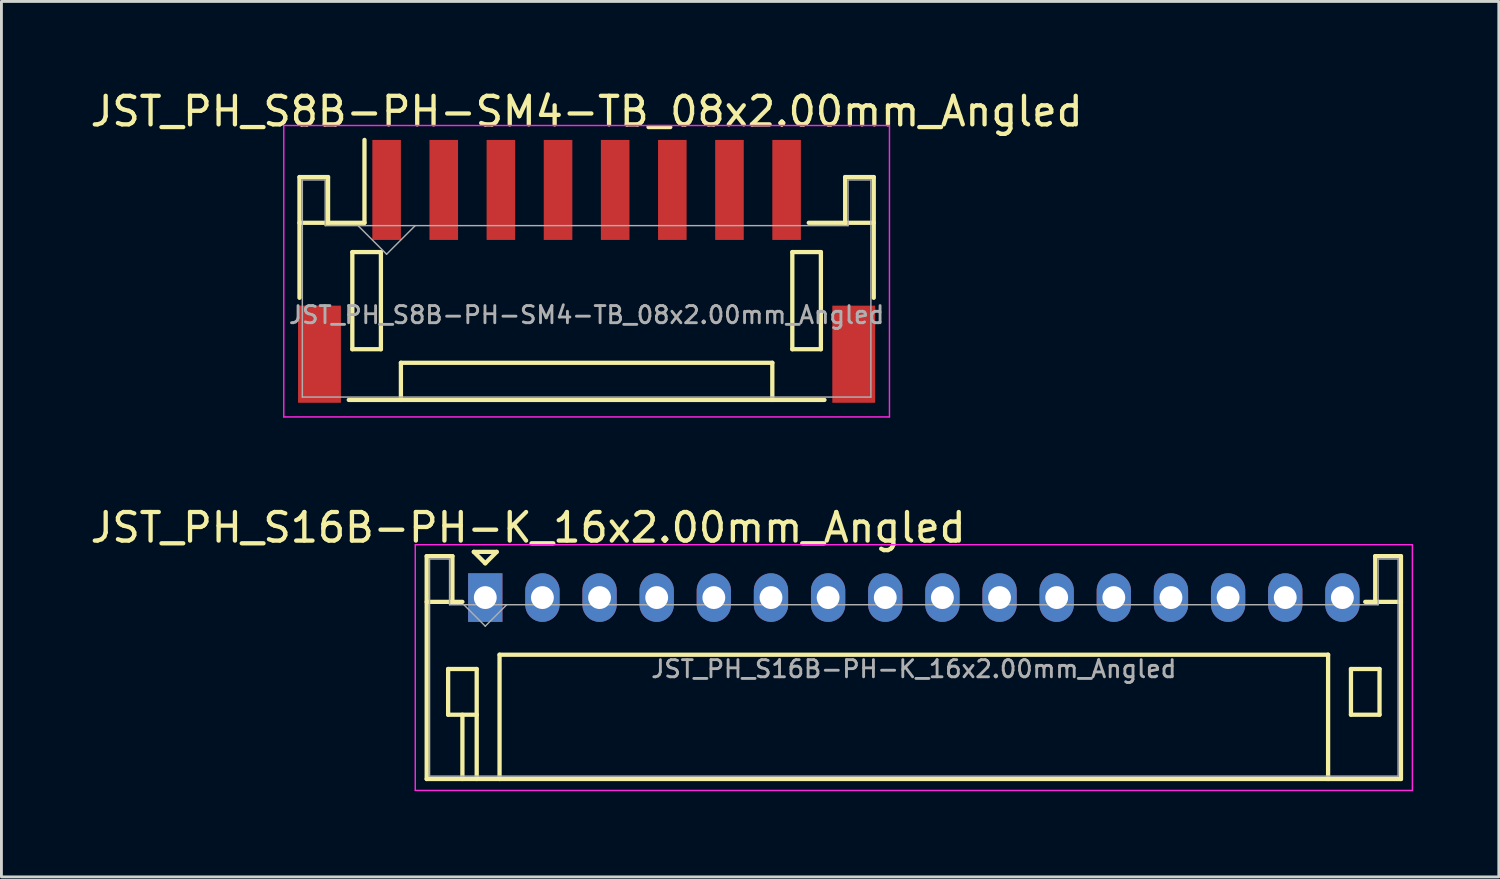
<source format=kicad_pcb>
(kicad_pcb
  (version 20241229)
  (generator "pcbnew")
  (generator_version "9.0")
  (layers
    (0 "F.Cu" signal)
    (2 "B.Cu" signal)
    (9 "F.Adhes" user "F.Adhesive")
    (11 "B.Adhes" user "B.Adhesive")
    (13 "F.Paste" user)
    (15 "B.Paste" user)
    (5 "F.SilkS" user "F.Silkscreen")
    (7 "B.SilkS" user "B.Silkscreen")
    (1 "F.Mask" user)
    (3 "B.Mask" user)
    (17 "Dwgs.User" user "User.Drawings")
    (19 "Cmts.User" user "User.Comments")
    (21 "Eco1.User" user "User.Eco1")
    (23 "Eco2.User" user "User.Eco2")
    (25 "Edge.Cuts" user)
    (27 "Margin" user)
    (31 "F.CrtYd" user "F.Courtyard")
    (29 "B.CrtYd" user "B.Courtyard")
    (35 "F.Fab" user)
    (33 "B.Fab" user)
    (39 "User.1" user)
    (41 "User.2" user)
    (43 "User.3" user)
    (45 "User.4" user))
  (footprint "JST_PH_S16B-PH-K_16x2.00mm_Angled"
    (layer "F.Cu")
    (at 13.935 17.866)
    (property "Reference" "JST_PH_S16B-PH-K_16x2.00mm_Angled" (at 15 2.5 0) (layer "F.Fab") (effects (font (size 0.6 0.6) (thickness 0.1))))
    (attr through_hole)
    (fp_line (start -2.05 -1.45) (end -2.05 6.35) (stroke (width 0.15) (type solid)) (layer "F.SilkS"))
    (fp_line (start -2.05 0.15) (end -1.15 0.15) (stroke (width 0.15) (type solid)) (layer "F.SilkS"))
    (fp_line (start -2.05 6.35) (end 32.05 6.35) (stroke (width 0.15) (type solid)) (layer "F.SilkS"))
    (fp_line (start -1.3 2.5) (end -1.3 4.1) (stroke (width 0.15) (type solid)) (layer "F.SilkS"))
    (fp_line (start -1.3 4.1) (end -0.3 4.1) (stroke (width 0.15) (type solid)) (layer "F.SilkS"))
    (fp_line (start -1.15 -1.45) (end -2.05 -1.45) (stroke (width 0.15) (type solid)) (layer "F.SilkS"))
    (fp_line (start -1.15 0.15) (end -1.15 -1.45) (stroke (width 0.15) (type solid)) (layer "F.SilkS"))
    (fp_line (start -0.8 0.15) (end -1.15 0.15) (stroke (width 0.15) (type solid)) (layer "F.SilkS"))
    (fp_line (start -0.8 4.1) (end -0.8 6.35) (stroke (width 0.15) (type solid)) (layer "F.SilkS"))
    (fp_line (start -0.4 -1.6) (end 0.4 -1.6) (stroke (width 0.15) (type solid)) (layer "F.SilkS"))
    (fp_line (start -0.3 2.5) (end -1.3 2.5) (stroke (width 0.15) (type solid)) (layer "F.SilkS"))
    (fp_line (start -0.3 4.1) (end -0.3 2.5) (stroke (width 0.15) (type solid)) (layer "F.SilkS"))
    (fp_line (start -0.3 4.1) (end -0.3 6.35) (stroke (width 0.15) (type solid)) (layer "F.SilkS"))
    (fp_line (start 0 -1.2) (end -0.4 -1.6) (stroke (width 0.15) (type solid)) (layer "F.SilkS"))
    (fp_line (start 0.4 -1.6) (end 0 -1.2) (stroke (width 0.15) (type solid)) (layer "F.SilkS"))
    (fp_line (start 0.5 2) (end 29.5 2) (stroke (width 0.15) (type solid)) (layer "F.SilkS"))
    (fp_line (start 0.5 6.35) (end 0.5 2) (stroke (width 0.15) (type solid)) (layer "F.SilkS"))
    (fp_line (start 29.5 2) (end 29.5 6.35) (stroke (width 0.15) (type solid)) (layer "F.SilkS"))
    (fp_line (start 30.3 2.5) (end 31.3 2.5) (stroke (width 0.15) (type solid)) (layer "F.SilkS"))
    (fp_line (start 30.3 4.1) (end 30.3 2.5) (stroke (width 0.15) (type solid)) (layer "F.SilkS"))
    (fp_line (start 31.15 -1.45) (end 31.15 0.15) (stroke (width 0.15) (type solid)) (layer "F.SilkS"))
    (fp_line (start 31.15 0.15) (end 30.8 0.15) (stroke (width 0.15) (type solid)) (layer "F.SilkS"))
    (fp_line (start 31.3 2.5) (end 31.3 4.1) (stroke (width 0.15) (type solid)) (layer "F.SilkS"))
    (fp_line (start 31.3 4.1) (end 30.3 4.1) (stroke (width 0.15) (type solid)) (layer "F.SilkS"))
    (fp_line (start 32.05 -1.45) (end 31.15 -1.45) (stroke (width 0.15) (type solid)) (layer "F.SilkS"))
    (fp_line (start 32.05 0.15) (end 31.15 0.15) (stroke (width 0.15) (type solid)) (layer "F.SilkS"))
    (fp_line (start 32.05 6.35) (end 32.05 -1.45) (stroke (width 0.15) (type solid)) (layer "F.SilkS"))
    (fp_line (start -2.45 -1.85) (end -2.45 6.75) (stroke (width 0.05) (type solid)) (layer "F.CrtYd"))
    (fp_line (start -2.45 6.75) (end 32.45 6.75) (stroke (width 0.05) (type solid)) (layer "F.CrtYd"))
    (fp_line (start 32.45 -1.85) (end -2.45 -1.85) (stroke (width 0.05) (type solid)) (layer "F.CrtYd"))
    (fp_line (start 32.45 6.75) (end 32.45 -1.85) (stroke (width 0.05) (type solid)) (layer "F.CrtYd"))
    (fp_line (start -1.95 -1.35) (end -1.95 6.25) (stroke (width 0.05) (type solid)) (layer "F.Fab"))
    (fp_line (start -1.95 6.25) (end 31.95 6.25) (stroke (width 0.05) (type solid)) (layer "F.Fab"))
    (fp_line (start -1.25 -1.35) (end -1.95 -1.35) (stroke (width 0.05) (type solid)) (layer "F.Fab"))
    (fp_line (start -1.25 0.25) (end -1.25 -1.35) (stroke (width 0.05) (type solid)) (layer "F.Fab"))
    (fp_line (start -0.75 0.25) (end 0 1) (stroke (width 0.05) (type solid)) (layer "F.Fab"))
    (fp_line (start 0 1) (end 0.75 0.25) (stroke (width 0.05) (type solid)) (layer "F.Fab"))
    (fp_line (start 31.25 -1.35) (end 31.25 0.25) (stroke (width 0.05) (type solid)) (layer "F.Fab"))
    (fp_line (start 31.25 0.25) (end -1.25 0.25) (stroke (width 0.05) (type solid)) (layer "F.Fab"))
    (fp_line (start 31.95 -1.35) (end 31.25 -1.35) (stroke (width 0.05) (type solid)) (layer "F.Fab"))
    (fp_line (start 31.95 6.25) (end 31.95 -1.35) (stroke (width 0.05) (type solid)) (layer "F.Fab"))
    (fp_text user "${REFERENCE}" (at 1.5 -2.45 0) (layer "F.SilkS") (effects (font (size 1 1) (thickness 0.15))))
    (pad "1" thru_hole rect (at 0 0) (size 1.2 1.7) (drill 0.8) (layers "*.Cu" "*.Mask"))
    (pad "2" thru_hole oval (at 2 0) (size 1.2 1.7) (drill 0.8) (layers "*.Cu" "*.Mask"))
    (pad "3" thru_hole oval (at 4 0) (size 1.2 1.7) (drill 0.8) (layers "*.Cu" "*.Mask"))
    (pad "4" thru_hole oval (at 6 0) (size 1.2 1.7) (drill 0.8) (layers "*.Cu" "*.Mask"))
    (pad "5" thru_hole oval (at 8 0) (size 1.2 1.7) (drill 0.8) (layers "*.Cu" "*.Mask"))
    (pad "6" thru_hole oval (at 10 0) (size 1.2 1.7) (drill 0.8) (layers "*.Cu" "*.Mask"))
    (pad "7" thru_hole oval (at 12 0) (size 1.2 1.7) (drill 0.8) (layers "*.Cu" "*.Mask"))
    (pad "8" thru_hole oval (at 14 0) (size 1.2 1.7) (drill 0.8) (layers "*.Cu" "*.Mask"))
    (pad "9" thru_hole oval (at 16 0) (size 1.2 1.7) (drill 0.8) (layers "*.Cu" "*.Mask"))
    (pad "10" thru_hole oval (at 18 0) (size 1.2 1.7) (drill 0.8) (layers "*.Cu" "*.Mask"))
    (pad "11" thru_hole oval (at 20 0) (size 1.2 1.7) (drill 0.8) (layers "*.Cu" "*.Mask"))
    (pad "12" thru_hole oval (at 22 0) (size 1.2 1.7) (drill 0.8) (layers "*.Cu" "*.Mask"))
    (pad "13" thru_hole oval (at 24 0) (size 1.2 1.7) (drill 0.8) (layers "*.Cu" "*.Mask"))
    (pad "14" thru_hole oval (at 26 0) (size 1.2 1.7) (drill 0.8) (layers "*.Cu" "*.Mask"))
    (pad "15" thru_hole oval (at 28 0) (size 1.2 1.7) (drill 0.8) (layers "*.Cu" "*.Mask"))
    (pad "16" thru_hole oval (at 30 0) (size 1.2 1.7) (drill 0.8) (layers "*.Cu" "*.Mask")))
  (footprint "JST_PH_S8B-PH-SM4-TB_08x2.00mm_Angled"
    (layer "F.Cu")
    (at 17.482 6.473)
    (property "Reference" "JST_PH_S8B-PH-SM4-TB_08x2.00mm_Angled" (at 0 1.5 0) (layer "F.Fab") (effects (font (size 0.6 0.6) (thickness 0.1))))
    (attr smd)
    (fp_line (start -10.05 -3.325) (end -10.05 0.9) (stroke (width 0.15) (type solid)) (layer "F.SilkS"))
    (fp_line (start -10.05 -1.725) (end -9.05 -1.725) (stroke (width 0.15) (type solid)) (layer "F.SilkS"))
    (fp_line (start -9.05 -3.325) (end -10.05 -3.325) (stroke (width 0.15) (type solid)) (layer "F.SilkS"))
    (fp_line (start -9.05 -1.725) (end -9.05 -3.325) (stroke (width 0.15) (type solid)) (layer "F.SilkS"))
    (fp_line (start -8.325 4.475) (end 8.325 4.475) (stroke (width 0.15) (type solid)) (layer "F.SilkS"))
    (fp_line (start -8.2 -0.7) (end -8.2 2.7) (stroke (width 0.15) (type solid)) (layer "F.SilkS"))
    (fp_line (start -8.2 2.7) (end -7.2 2.7) (stroke (width 0.15) (type solid)) (layer "F.SilkS"))
    (fp_line (start -7.775 -1.725) (end -9.05 -1.725) (stroke (width 0.15) (type solid)) (layer "F.SilkS"))
    (fp_line (start -7.775 -1.725) (end -7.775 -4.625) (stroke (width 0.15) (type solid)) (layer "F.SilkS"))
    (fp_line (start -7.2 -0.7) (end -8.2 -0.7) (stroke (width 0.15) (type solid)) (layer "F.SilkS"))
    (fp_line (start -7.2 2.7) (end -7.2 -0.7) (stroke (width 0.15) (type solid)) (layer "F.SilkS"))
    (fp_line (start -6.5 3.175) (end 6.5 3.175) (stroke (width 0.15) (type solid)) (layer "F.SilkS"))
    (fp_line (start -6.5 4.475) (end -6.5 3.175) (stroke (width 0.15) (type solid)) (layer "F.SilkS"))
    (fp_line (start 6.5 3.175) (end 6.5 4.475) (stroke (width 0.15) (type solid)) (layer "F.SilkS"))
    (fp_line (start 7.2 -0.7) (end 8.2 -0.7) (stroke (width 0.15) (type solid)) (layer "F.SilkS"))
    (fp_line (start 7.2 2.7) (end 7.2 -0.7) (stroke (width 0.15) (type solid)) (layer "F.SilkS"))
    (fp_line (start 8.2 -0.7) (end 8.2 2.7) (stroke (width 0.15) (type solid)) (layer "F.SilkS"))
    (fp_line (start 8.2 2.7) (end 7.2 2.7) (stroke (width 0.15) (type solid)) (layer "F.SilkS"))
    (fp_line (start 9.05 -3.325) (end 9.05 -1.725) (stroke (width 0.15) (type solid)) (layer "F.SilkS"))
    (fp_line (start 9.05 -1.725) (end 7.775 -1.725) (stroke (width 0.15) (type solid)) (layer "F.SilkS"))
    (fp_line (start 10.05 -3.325) (end 9.05 -3.325) (stroke (width 0.15) (type solid)) (layer "F.SilkS"))
    (fp_line (start 10.05 -1.725) (end 9.05 -1.725) (stroke (width 0.15) (type solid)) (layer "F.SilkS"))
    (fp_line (start 10.05 0.9) (end 10.05 -3.325) (stroke (width 0.15) (type solid)) (layer "F.SilkS"))
    (fp_line (start -10.6 -5.13) (end -10.6 5.07) (stroke (width 0.05) (type solid)) (layer "F.CrtYd"))
    (fp_line (start -10.6 5.07) (end 10.6 5.07) (stroke (width 0.05) (type solid)) (layer "F.CrtYd"))
    (fp_line (start 10.6 -5.13) (end -10.6 -5.13) (stroke (width 0.05) (type solid)) (layer "F.CrtYd"))
    (fp_line (start 10.6 5.07) (end 10.6 -5.13) (stroke (width 0.05) (type solid)) (layer "F.CrtYd"))
    (fp_line (start -9.95 -3.225) (end -9.95 4.375) (stroke (width 0.05) (type solid)) (layer "F.Fab"))
    (fp_line (start -9.95 4.375) (end 9.95 4.375) (stroke (width 0.05) (type solid)) (layer "F.Fab"))
    (fp_line (start -9.15 -3.225) (end -9.95 -3.225) (stroke (width 0.05) (type solid)) (layer "F.Fab"))
    (fp_line (start -9.15 -1.625) (end -9.15 -3.225) (stroke (width 0.05) (type solid)) (layer "F.Fab"))
    (fp_line (start -8 -1.625) (end -7 -0.625) (stroke (width 0.05) (type solid)) (layer "F.Fab"))
    (fp_line (start -7 -0.625) (end -6 -1.625) (stroke (width 0.05) (type solid)) (layer "F.Fab"))
    (fp_line (start 9.15 -3.225) (end 9.15 -1.625) (stroke (width 0.05) (type solid)) (layer "F.Fab"))
    (fp_line (start 9.15 -1.625) (end -9.15 -1.625) (stroke (width 0.05) (type solid)) (layer "F.Fab"))
    (fp_line (start 9.95 -3.225) (end 9.15 -3.225) (stroke (width 0.05) (type solid)) (layer "F.Fab"))
    (fp_line (start 9.95 4.375) (end 9.95 -3.225) (stroke (width 0.05) (type solid)) (layer "F.Fab"))
    (fp_text user "${REFERENCE}" (at 0 -5.625 0) (layer "F.SilkS") (effects (font (size 1 1) (thickness 0.15))))
    (pad "" smd rect (at -9.35 2.875) (size 1.5 3.4) (layers "F.Cu" "F.Mask" "F.Paste"))
    (pad "" smd rect (at 9.35 2.875) (size 1.5 3.4) (layers "F.Cu" "F.Mask" "F.Paste"))
    (pad "1" smd rect (at -7 -2.875) (size 1 3.5) (layers "F.Cu" "F.Mask" "F.Paste"))
    (pad "2" smd rect (at -5 -2.875) (size 1 3.5) (layers "F.Cu" "F.Mask" "F.Paste"))
    (pad "3" smd rect (at -3 -2.875) (size 1 3.5) (layers "F.Cu" "F.Mask" "F.Paste"))
    (pad "4" smd rect (at -1 -2.875) (size 1 3.5) (layers "F.Cu" "F.Mask" "F.Paste"))
    (pad "5" smd rect (at 1 -2.875) (size 1 3.5) (layers "F.Cu" "F.Mask" "F.Paste"))
    (pad "6" smd rect (at 3 -2.875) (size 1 3.5) (layers "F.Cu" "F.Mask" "F.Paste"))
    (pad "7" smd rect (at 5 -2.875) (size 1 3.5) (layers "F.Cu" "F.Mask" "F.Paste"))
    (pad "8" smd rect (at 7 -2.875) (size 1 3.5) (layers "F.Cu" "F.Mask" "F.Paste")))
  (gr_rect
    (start -3 -3)
    (end 49.41 27.642)
    (stroke (width 0.1) (type default))
    (fill no)
    (layer "Edge.Cuts")))
</source>
